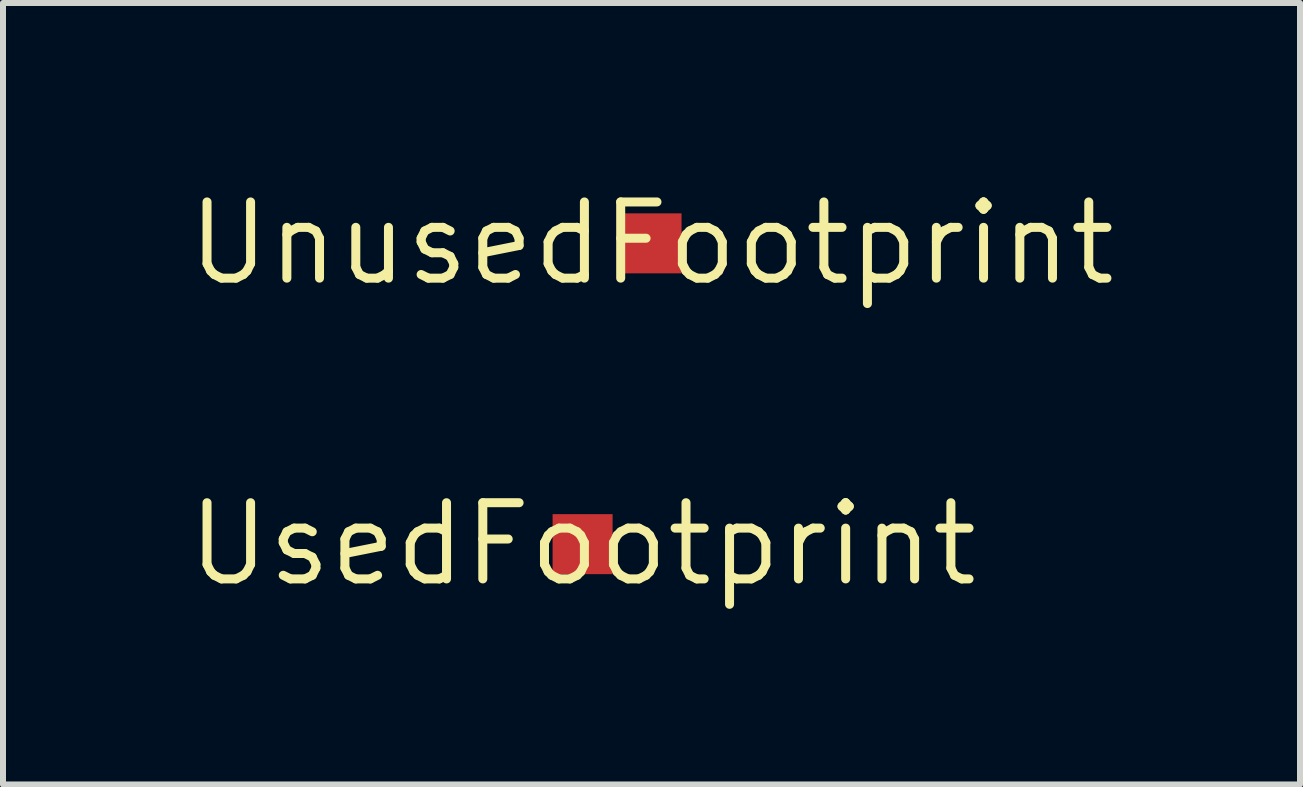
<source format=kicad_pcb>
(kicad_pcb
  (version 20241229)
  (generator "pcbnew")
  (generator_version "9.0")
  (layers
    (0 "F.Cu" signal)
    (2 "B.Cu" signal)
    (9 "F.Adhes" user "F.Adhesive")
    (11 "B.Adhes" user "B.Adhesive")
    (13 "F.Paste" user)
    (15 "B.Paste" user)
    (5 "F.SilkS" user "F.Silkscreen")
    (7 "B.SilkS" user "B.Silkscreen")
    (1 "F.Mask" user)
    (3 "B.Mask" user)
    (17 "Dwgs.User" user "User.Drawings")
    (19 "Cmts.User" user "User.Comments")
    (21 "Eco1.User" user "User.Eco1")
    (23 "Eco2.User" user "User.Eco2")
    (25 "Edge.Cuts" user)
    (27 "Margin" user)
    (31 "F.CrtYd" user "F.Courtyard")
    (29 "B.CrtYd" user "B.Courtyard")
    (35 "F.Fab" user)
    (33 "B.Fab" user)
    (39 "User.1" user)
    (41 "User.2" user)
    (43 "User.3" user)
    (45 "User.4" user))
  (footprint "UsedFootprint"
    (layer "F.Cu")
    (at 6.66 6.019)
    (property "Reference" "UsedFootprint" (at 0 0 0) (layer "F.SilkS") (effects (font (size 1.27 1.27) (thickness 0.15))))
    (attr through_hole)
    (pad "1" smd rect (at 0 0) (size 1 1) (layers "F.Cu" "F.Mask" "F.Paste")))
  (footprint "UnusedFootprint"
    (layer "F.Cu")
    (at 7.809 1.006)
    (property "Reference" "UnusedFootprint" (at 0 0 0) (layer "F.SilkS") (effects (font (size 1.27 1.27) (thickness 0.15))))
    (attr through_hole)
    (pad "1" smd rect (at 0 0) (size 1 1) (layers "F.Cu" "F.Mask" "F.Paste")))
  (gr_rect
    (start -3 -3)
    (end 18.617 10.025)
    (stroke (width 0.1) (type default))
    (fill no)
    (layer "Edge.Cuts")))
</source>
